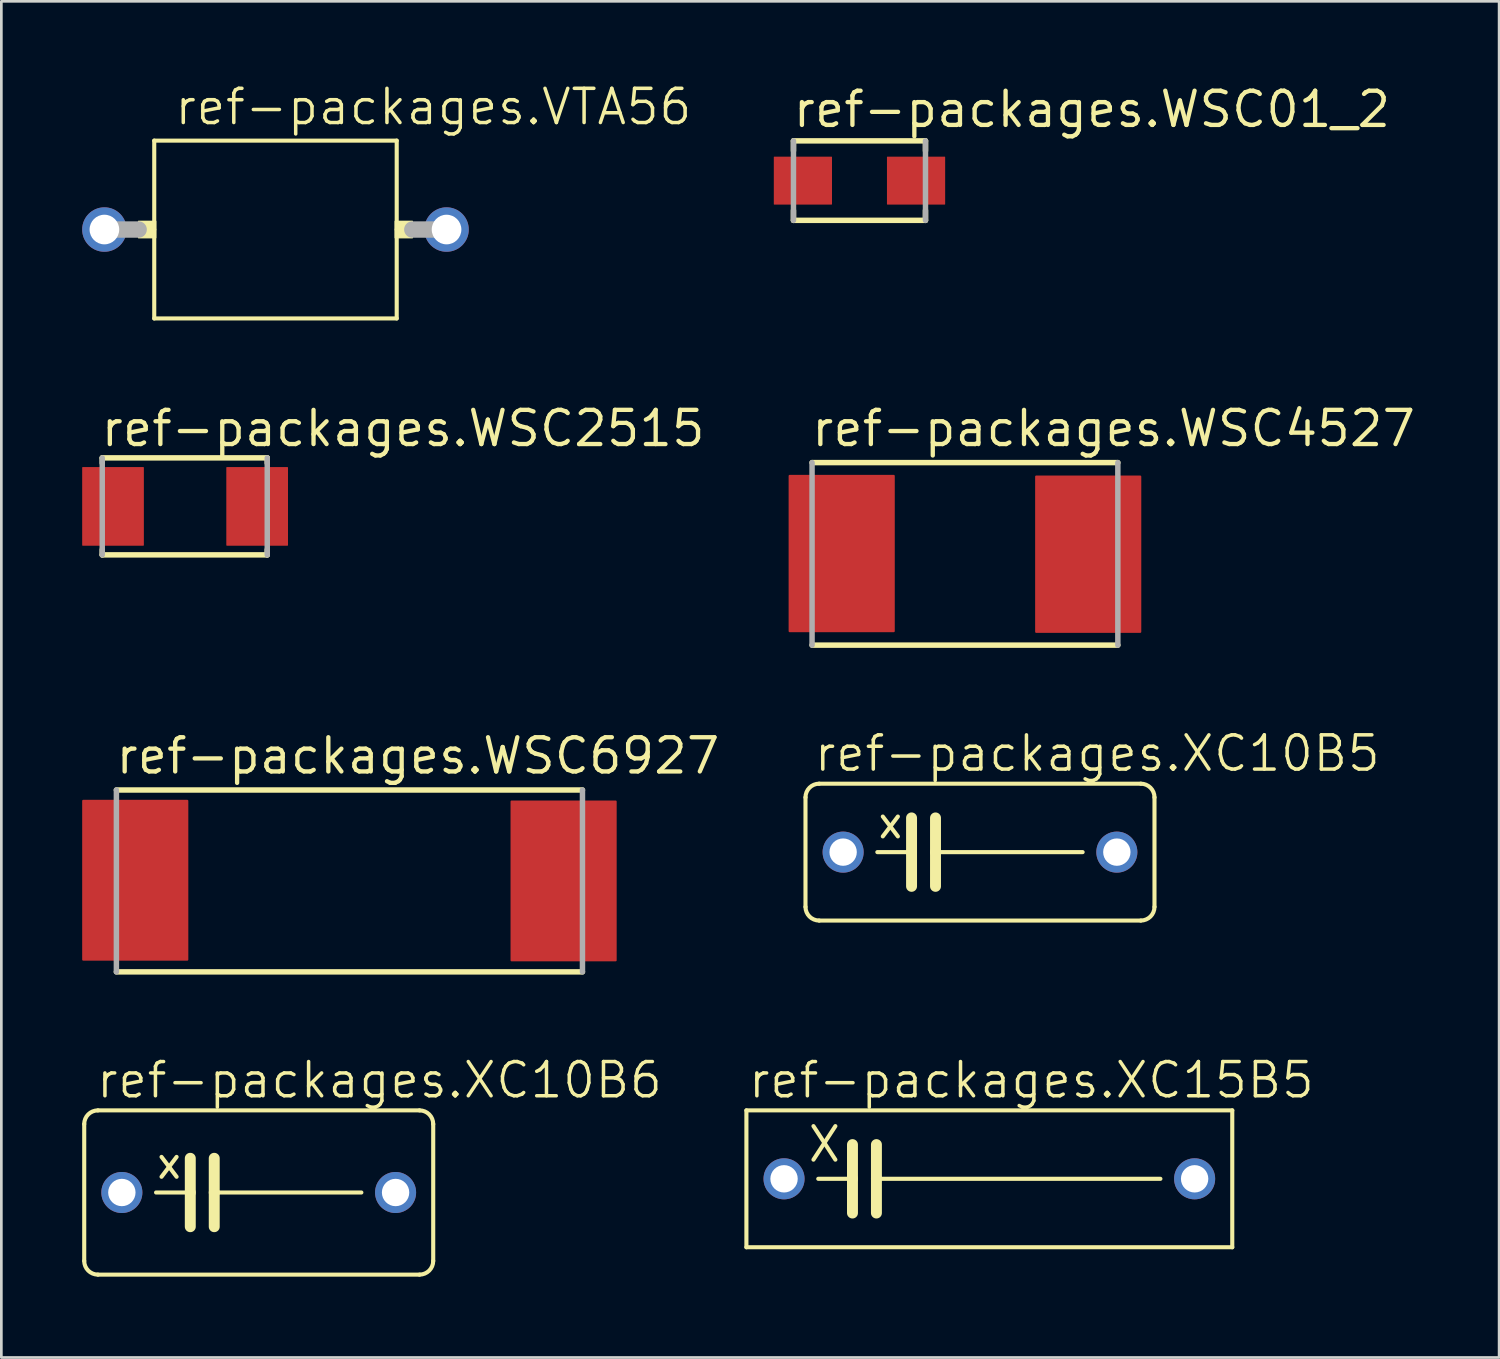
<source format=kicad_pcb>
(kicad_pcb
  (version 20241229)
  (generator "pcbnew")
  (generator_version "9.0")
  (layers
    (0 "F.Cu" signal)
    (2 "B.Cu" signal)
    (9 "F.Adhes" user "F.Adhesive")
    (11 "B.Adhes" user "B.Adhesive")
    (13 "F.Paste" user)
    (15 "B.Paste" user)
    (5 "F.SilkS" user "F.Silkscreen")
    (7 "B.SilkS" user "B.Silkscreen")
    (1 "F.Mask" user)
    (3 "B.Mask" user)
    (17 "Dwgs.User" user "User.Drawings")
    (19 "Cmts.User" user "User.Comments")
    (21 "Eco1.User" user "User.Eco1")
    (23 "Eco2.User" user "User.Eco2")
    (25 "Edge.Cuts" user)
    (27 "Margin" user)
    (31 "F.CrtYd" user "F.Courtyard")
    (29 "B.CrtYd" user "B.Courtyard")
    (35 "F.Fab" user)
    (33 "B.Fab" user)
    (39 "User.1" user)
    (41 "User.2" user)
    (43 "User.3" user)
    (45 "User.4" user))
  (footprint "ref-packages.WSC4527"
    (layer "F.Cu")
    (at 32.767 17.521)
    (property "Reference" "ref-packages.WSC4527" (at -5.775 -3.925 0) (layer "F.SilkS") (effects (font (size 1.27 1.27) (thickness 0.16)) (justify left bottom)))
    (attr smd)
    (fp_line (start -5.675 3.375) (end 5.675 3.375) (stroke (width 0.203) (type default)) (layer "F.SilkS"))
    (fp_line (start 5.675 -3.4) (end -5.675 -3.4) (stroke (width 0.203) (type default)) (layer "F.SilkS"))
    (fp_line (start -5.675 -3.4) (end -5.675 3.375) (stroke (width 0.203) (type default)) (layer "F.Fab"))
    (fp_line (start 5.675 3.375) (end 5.675 -3.4) (stroke (width 0.203) (type default)) (layer "F.Fab"))
    (pad "1" smd roundrect (at -4.575 -0.025) (size 3.94 5.84) (layers "F.Cu" "F.Mask" "F.Paste") (roundrect_rratio 0.01))
    (pad "2" smd roundrect (at 4.575 0) (size 3.94 5.84) (layers "F.Cu" "F.Mask" "F.Paste") (roundrect_rratio 0.01)))
  (footprint "ref-packages.VTA56"
    (layer "F.Cu")
    (at 7.175 5.47)
    (property "Reference" "ref-packages.VTA56" (at -3.81 -3.81 0) (layer "F.SilkS") (effects (font (size 1.27 1.27) (thickness 0.13)) (justify left bottom)))
    (attr through_hole)
    (fp_line (start -4.5 -3.3) (end -4.5 0) (stroke (width 0.152) (type default)) (layer "F.SilkS"))
    (fp_line (start -4.5 0) (end -4.5 3.3) (stroke (width 0.152) (type default)) (layer "F.SilkS"))
    (fp_line (start -4.5 3.3) (end 4.5 3.3) (stroke (width 0.152) (type default)) (layer "F.SilkS"))
    (fp_line (start 4.5 -3.3) (end -4.5 -3.3) (stroke (width 0.152) (type default)) (layer "F.SilkS"))
    (fp_line (start 4.5 0) (end 4.5 -3.3) (stroke (width 0.152) (type default)) (layer "F.SilkS"))
    (fp_line (start 4.5 3.3) (end 4.5 0) (stroke (width 0.152) (type default)) (layer "F.SilkS"))
    (fp_rect (start -5.08 0.305) (end -4.445 -0.305) (stroke (width 0.05) (type default)) (fill yes) (layer "F.SilkS"))
    (fp_rect (start 4.445 0.305) (end 5.08 -0.305) (stroke (width 0.05) (type default)) (fill yes) (layer "F.SilkS"))
    (fp_line (start -6.35 0) (end -5.08 0) (stroke (width 0.61) (type default)) (layer "F.Fab"))
    (fp_line (start 5.08 0) (end 6.35 0) (stroke (width 0.61) (type default)) (layer "F.Fab"))
    (pad "1" thru_hole circle (at -6.35 0) (size 1.65 1.65) (drill 1.1) (layers "*.Cu" "*.Mask"))
    (pad "2" thru_hole circle (at 6.35 0) (size 1.65 1.65) (drill 1.1) (layers "*.Cu" "*.Mask")))
  (footprint "ref-packages.WSC2515"
    (layer "F.Cu")
    (at 3.82 15.746)
    (property "Reference" "ref-packages.WSC2515" (at -3.2 -2.15 0) (layer "F.SilkS") (effects (font (size 1.27 1.27) (thickness 0.16)) (justify left bottom)))
    (attr smd)
    (fp_line (start -3.075 -1.8) (end -3.075 -1.606) (stroke (width 0.203) (type default)) (layer "F.SilkS"))
    (fp_line (start -3.075 1.606) (end -3.075 1.8) (stroke (width 0.203) (type default)) (layer "F.SilkS"))
    (fp_line (start -3.075 1.8) (end 3.05 1.8) (stroke (width 0.203) (type default)) (layer "F.SilkS"))
    (fp_line (start 3.05 -1.8) (end -3.075 -1.8) (stroke (width 0.203) (type default)) (layer "F.SilkS"))
    (fp_line (start 3.05 -1.606) (end 3.05 -1.8) (stroke (width 0.203) (type default)) (layer "F.SilkS"))
    (fp_line (start 3.05 1.8) (end 3.05 1.606) (stroke (width 0.203) (type default)) (layer "F.SilkS"))
    (fp_line (start -3.075 -1.8) (end -3.075 1.8) (stroke (width 0.203) (type default)) (layer "F.Fab"))
    (fp_line (start 3.05 1.8) (end 3.05 -1.8) (stroke (width 0.203) (type default)) (layer "F.Fab"))
    (pad "1" smd roundrect (at -2.675 0) (size 2.29 2.92) (layers "F.Cu" "F.Mask" "F.Paste") (roundrect_rratio 0.01))
    (pad "2" smd roundrect (at 2.675 0) (size 2.29 2.92) (layers "F.Cu" "F.Mask" "F.Paste") (roundrect_rratio 0.01)))
  (footprint "ref-packages.XC10B6"
    (layer "F.Cu")
    (at 6.553 41.213)
    (property "Reference" "ref-packages.XC10B6" (at -6.096 -3.429 0) (layer "F.SilkS") (effects (font (size 1.27 1.27) (thickness 0.13)) (justify left bottom)))
    (attr through_hole)
    (fp_line (start -6.477 2.54) (end -6.477 -2.54) (stroke (width 0.152) (type default)) (layer "F.SilkS"))
    (fp_line (start -5.969 3.048) (end 5.969 3.048) (stroke (width 0.152) (type default)) (layer "F.SilkS"))
    (fp_line (start -3.81 0) (end -2.54 0) (stroke (width 0.152) (type default)) (layer "F.SilkS"))
    (fp_line (start -3.607 -1.321) (end -3.048 -0.584) (stroke (width 0.152) (type default)) (layer "F.SilkS"))
    (fp_line (start -3.607 -0.584) (end -3.048 -1.321) (stroke (width 0.152) (type default)) (layer "F.SilkS"))
    (fp_line (start -2.54 -1.27) (end -2.54 0) (stroke (width 0.406) (type default)) (layer "F.SilkS"))
    (fp_line (start -2.54 0) (end -2.54 1.27) (stroke (width 0.406) (type default)) (layer "F.SilkS"))
    (fp_line (start -1.651 -1.27) (end -1.651 0) (stroke (width 0.406) (type default)) (layer "F.SilkS"))
    (fp_line (start -1.651 0) (end -1.651 1.27) (stroke (width 0.406) (type default)) (layer "F.SilkS"))
    (fp_line (start 3.81 0) (end -1.651 0) (stroke (width 0.152) (type default)) (layer "F.SilkS"))
    (fp_line (start 5.969 -3.048) (end -5.969 -3.048) (stroke (width 0.152) (type default)) (layer "F.SilkS"))
    (fp_line (start 6.477 -2.54) (end 6.477 2.54) (stroke (width 0.152) (type default)) (layer "F.SilkS"))
    (fp_arc (start -6.477 -2.54) (mid -6.32821 -2.89921) (end -5.969 -3.048) (stroke (width 0.1524) (type default)) (layer "F.SilkS"))
    (fp_arc (start -5.969 3.048) (mid -6.32821 2.89921) (end -6.477 2.54) (stroke (width 0.1524) (type default)) (layer "F.SilkS"))
    (fp_arc (start 5.969 -3.048) (mid 6.32821 -2.89921) (end 6.477 -2.54) (stroke (width 0.1524) (type default)) (layer "F.SilkS"))
    (fp_arc (start 6.477 2.54) (mid 6.32821 2.89921) (end 5.969 3.048) (stroke (width 0.1524) (type default)) (layer "F.SilkS"))
    (pad "1" thru_hole circle (at -5.08 0) (size 1.524 1.524) (drill 1.016) (layers "*.Cu" "*.Mask"))
    (pad "2" thru_hole circle (at 5.08 0) (size 1.524 1.524) (drill 1.016) (layers "*.Cu" "*.Mask")))
  (footprint "ref-packages.XC10B5"
    (layer "F.Cu")
    (at 33.325 28.579)
    (property "Reference" "ref-packages.XC10B5" (at -6.223 -2.921 0) (layer "F.SilkS") (effects (font (size 1.27 1.27) (thickness 0.13)) (justify left bottom)))
    (attr through_hole)
    (fp_line (start -6.477 2.032) (end -6.477 -2.032) (stroke (width 0.152) (type default)) (layer "F.SilkS"))
    (fp_line (start -5.969 2.54) (end 5.969 2.54) (stroke (width 0.152) (type default)) (layer "F.SilkS"))
    (fp_line (start -3.81 0) (end -2.54 0) (stroke (width 0.152) (type default)) (layer "F.SilkS"))
    (fp_line (start -3.607 -1.321) (end -3.048 -0.584) (stroke (width 0.152) (type default)) (layer "F.SilkS"))
    (fp_line (start -3.607 -0.584) (end -3.048 -1.321) (stroke (width 0.152) (type default)) (layer "F.SilkS"))
    (fp_line (start -2.54 -1.27) (end -2.54 0) (stroke (width 0.406) (type default)) (layer "F.SilkS"))
    (fp_line (start -2.54 0) (end -2.54 1.27) (stroke (width 0.406) (type default)) (layer "F.SilkS"))
    (fp_line (start -1.651 -1.27) (end -1.651 0) (stroke (width 0.406) (type default)) (layer "F.SilkS"))
    (fp_line (start -1.651 0) (end -1.651 1.27) (stroke (width 0.406) (type default)) (layer "F.SilkS"))
    (fp_line (start 3.81 0) (end -1.651 0) (stroke (width 0.152) (type default)) (layer "F.SilkS"))
    (fp_line (start 5.969 -2.54) (end -5.969 -2.54) (stroke (width 0.152) (type default)) (layer "F.SilkS"))
    (fp_line (start 6.477 -2.032) (end 6.477 2.032) (stroke (width 0.152) (type default)) (layer "F.SilkS"))
    (fp_arc (start -6.477 -2.032) (mid -6.32821 -2.39121) (end -5.969 -2.54) (stroke (width 0.1524) (type default)) (layer "F.SilkS"))
    (fp_arc (start -5.969 2.54) (mid -6.32821 2.39121) (end -6.477 2.032) (stroke (width 0.1524) (type default)) (layer "F.SilkS"))
    (fp_arc (start 5.969 -2.54) (mid 6.32821 -2.39121) (end 6.477 -2.032) (stroke (width 0.1524) (type default)) (layer "F.SilkS"))
    (fp_arc (start 6.477 2.032) (mid 6.32821 2.39121) (end 5.969 2.54) (stroke (width 0.1524) (type default)) (layer "F.SilkS"))
    (pad "1" thru_hole circle (at -5.08 0) (size 1.524 1.524) (drill 1.016) (layers "*.Cu" "*.Mask"))
    (pad "2" thru_hole circle (at 5.08 0) (size 1.524 1.524) (drill 1.016) (layers "*.Cu" "*.Mask")))
  (footprint "ref-packages.WSC6927"
    (layer "F.Cu")
    (at 9.92 29.648)
    (property "Reference" "ref-packages.WSC6927" (at -8.75 -3.9 0) (layer "F.SilkS") (effects (font (size 1.27 1.27) (thickness 0.16)) (justify left bottom)))
    (attr smd)
    (fp_line (start -8.65 3.375) (end 8.65 3.375) (stroke (width 0.203) (type default)) (layer "F.SilkS"))
    (fp_line (start 8.65 -3.375) (end -8.65 -3.375) (stroke (width 0.203) (type default)) (layer "F.SilkS"))
    (fp_line (start -8.65 -3.375) (end -8.65 3.375) (stroke (width 0.203) (type default)) (layer "F.Fab"))
    (fp_line (start 8.65 3.375) (end 8.65 -3.375) (stroke (width 0.203) (type default)) (layer "F.Fab"))
    (pad "1" smd roundrect (at -7.95 -0.025) (size 3.94 5.97) (layers "F.Cu" "F.Mask" "F.Paste") (roundrect_rratio 0.01))
    (pad "2" smd roundrect (at 7.95 0) (size 3.94 5.97) (layers "F.Cu" "F.Mask" "F.Paste") (roundrect_rratio 0.01)))
  (footprint "ref-packages.WSC01_2"
    (layer "F.Cu")
    (at 28.852 3.654)
    (property "Reference" "ref-packages.WSC01_2" (at -2.544 -1.904 0) (layer "F.SilkS") (effects (font (size 1.27 1.27) (thickness 0.16)) (justify left bottom)))
    (attr smd)
    (fp_line (start -2.45 -1.475) (end -2.45 -1.106) (stroke (width 0.203) (type default)) (layer "F.SilkS"))
    (fp_line (start -2.45 1.106) (end -2.45 1.475) (stroke (width 0.203) (type default)) (layer "F.SilkS"))
    (fp_line (start -2.45 1.475) (end 2.45 1.475) (stroke (width 0.203) (type default)) (layer "F.SilkS"))
    (fp_line (start 2.45 -1.475) (end -2.45 -1.475) (stroke (width 0.203) (type default)) (layer "F.SilkS"))
    (fp_line (start 2.45 -1.106) (end 2.45 -1.475) (stroke (width 0.203) (type default)) (layer "F.SilkS"))
    (fp_line (start 2.45 1.475) (end 2.45 1.106) (stroke (width 0.203) (type default)) (layer "F.SilkS"))
    (fp_line (start -2.45 -1.475) (end -2.45 1.475) (stroke (width 0.203) (type default)) (layer "F.Fab"))
    (fp_line (start 2.45 1.475) (end 2.45 -1.475) (stroke (width 0.203) (type default)) (layer "F.Fab"))
    (pad "1" smd roundrect (at -2.1 0) (size 2.16 1.78) (layers "F.Cu" "F.Mask" "F.Paste") (roundrect_rratio 0.01))
    (pad "2" smd roundrect (at 2.1 0) (size 2.16 1.78) (layers "F.Cu" "F.Mask" "F.Paste") (roundrect_rratio 0.01)))
  (footprint "ref-packages.XC15B5"
    (layer "F.Cu")
    (at 33.672 40.705)
    (property "Reference" "ref-packages.XC15B5" (at -9.017 -2.921 0) (layer "F.SilkS") (effects (font (size 1.27 1.27) (thickness 0.13)) (justify left bottom)))
    (attr through_hole)
    (fp_line (start -9.017 2.54) (end -9.017 -2.54) (stroke (width 0.152) (type default)) (layer "F.SilkS"))
    (fp_line (start -9.017 2.54) (end 9.017 2.54) (stroke (width 0.152) (type default)) (layer "F.SilkS"))
    (fp_line (start -6.528 -1.956) (end -5.715 -0.711) (stroke (width 0.152) (type default)) (layer "F.SilkS"))
    (fp_line (start -6.528 -0.711) (end -5.715 -1.956) (stroke (width 0.152) (type default)) (layer "F.SilkS"))
    (fp_line (start -6.35 0) (end -5.08 0) (stroke (width 0.152) (type default)) (layer "F.SilkS"))
    (fp_line (start -5.08 -1.27) (end -5.08 0) (stroke (width 0.406) (type default)) (layer "F.SilkS"))
    (fp_line (start -5.08 0) (end -5.08 1.27) (stroke (width 0.406) (type default)) (layer "F.SilkS"))
    (fp_line (start -4.191 -1.27) (end -4.191 0) (stroke (width 0.406) (type default)) (layer "F.SilkS"))
    (fp_line (start -4.191 0) (end -4.191 1.27) (stroke (width 0.406) (type default)) (layer "F.SilkS"))
    (fp_line (start 6.35 0) (end -4.191 0) (stroke (width 0.152) (type default)) (layer "F.SilkS"))
    (fp_line (start 9.017 -2.54) (end -9.017 -2.54) (stroke (width 0.152) (type default)) (layer "F.SilkS"))
    (fp_line (start 9.017 -2.54) (end 9.017 2.54) (stroke (width 0.152) (type default)) (layer "F.SilkS"))
    (pad "1" thru_hole circle (at -7.62 0) (size 1.524 1.524) (drill 1.016) (layers "*.Cu" "*.Mask"))
    (pad "2" thru_hole circle (at 7.62 0) (size 1.524 1.524) (drill 1.016) (layers "*.Cu" "*.Mask")))
  (gr_rect
    (start -3 -3)
    (end 52.594 47.338)
    (stroke (width 0.1) (type default))
    (fill no)
    (layer "Edge.Cuts")))
</source>
